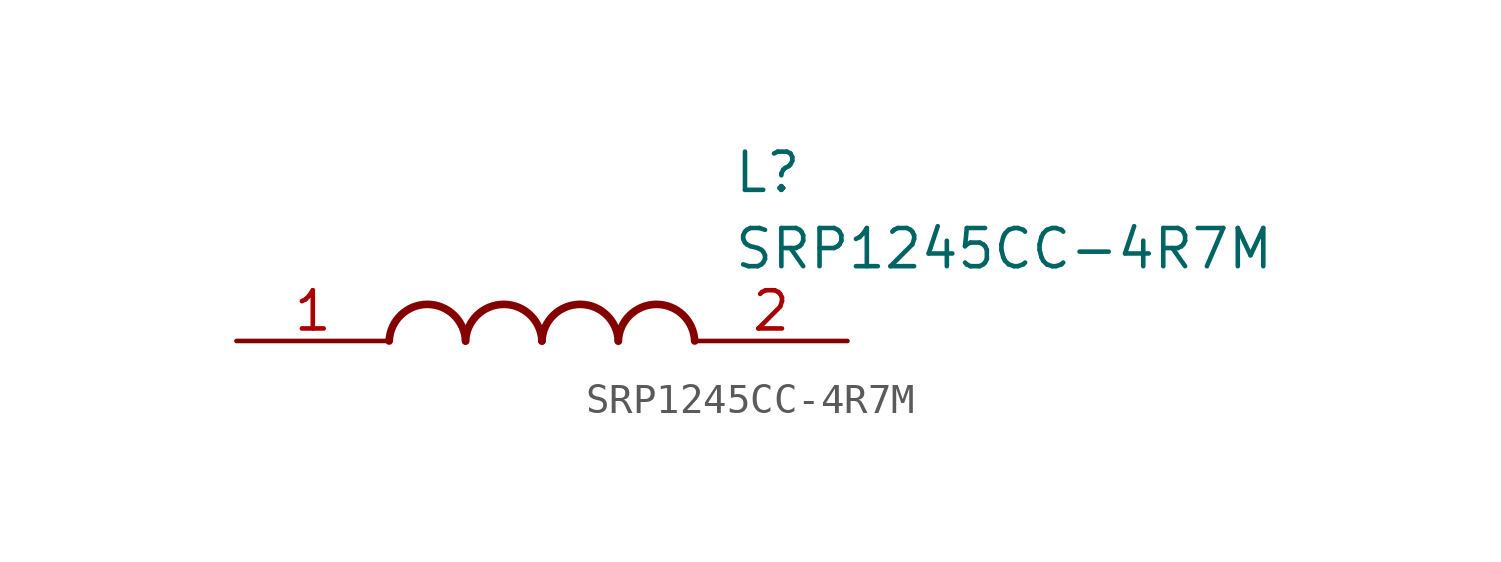
<source format=kicad_sym>
(kicad_symbol_lib
  (version 20211014)
  (generator SamacSys_ECAD_Model)
  (symbol "SRP1245CC-4R7M"
    (pin_names hide)
    (property "Reference" "L"
      (at 16.51 6.35 0)
      (effects (font (size 1.27 1.27)) (justify left top)))
    (property "Value" "SRP1245CC-4R7M"
      (at 16.51 3.81 0)
      (effects (font (size 1.27 1.27)) (justify left top)))
    (arc
      (start 7.62 0)
      (mid 6.35 1.219)
      (end 5.08 0)
      (stroke (width 0.254) (type default))
      (fill (type none)))
    (arc
      (start 10.16 0)
      (mid 8.89 1.219)
      (end 7.62 0)
      (stroke (width 0.254) (type default))
      (fill (type none)))
    (arc
      (start 12.7 0)
      (mid 11.43 1.219)
      (end 10.16 0)
      (stroke (width 0.254) (type default))
      (fill (type none)))
    (arc
      (start 15.24 0)
      (mid 13.97 1.219)
      (end 12.7 0)
      (stroke (width 0.254) (type default))
      (fill (type none)))
    (pin passive line
      (at 0 0 0)
      (length 5.08)
      (name "1" (effects (font (size 1.27 1.27))))
      (number "1" (effects (font (size 1.27 1.27)))))
    (pin passive line
      (at 20.32 0 180)
      (length 5.08)
      (name "2" (effects (font (size 1.27 1.27))))
      (number "2" (effects (font (size 1.27 1.27)))))))
</source>
